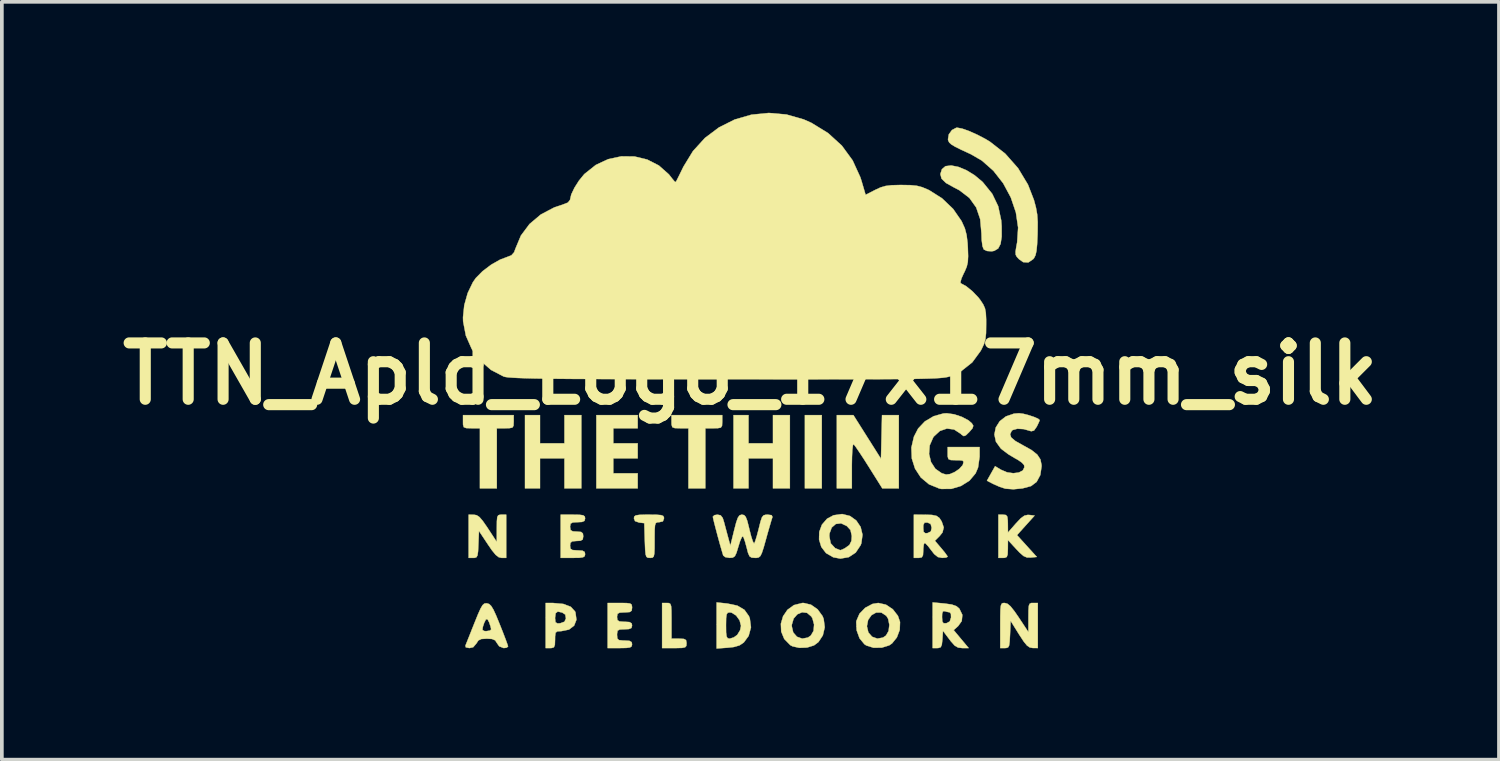
<source format=kicad_pcb>
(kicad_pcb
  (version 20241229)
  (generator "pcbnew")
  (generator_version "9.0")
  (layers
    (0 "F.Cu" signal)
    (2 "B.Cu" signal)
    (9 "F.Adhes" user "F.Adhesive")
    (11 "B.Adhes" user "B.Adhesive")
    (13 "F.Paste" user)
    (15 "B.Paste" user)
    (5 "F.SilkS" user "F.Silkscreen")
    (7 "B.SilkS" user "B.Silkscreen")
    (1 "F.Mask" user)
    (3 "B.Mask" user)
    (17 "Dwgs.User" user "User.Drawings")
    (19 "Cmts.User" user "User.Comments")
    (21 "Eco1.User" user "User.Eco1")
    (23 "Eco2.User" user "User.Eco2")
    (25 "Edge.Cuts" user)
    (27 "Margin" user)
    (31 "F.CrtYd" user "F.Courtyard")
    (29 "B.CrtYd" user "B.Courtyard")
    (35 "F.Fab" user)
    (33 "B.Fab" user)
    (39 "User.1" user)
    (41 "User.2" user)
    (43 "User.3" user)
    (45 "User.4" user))
  (footprint "TTN_Apld_Logo_17x17mm_silk"
    (layer "F.Cu")
    (at 17.243 7.058)
    (property "Reference" "TTN_Apld_Logo_17x17mm_silk" (at 0 0 0) (layer "F.SilkS") (effects (font (size 1.524 1.524) (thickness 0.3))))
    (attr through_hole)
    (fp_poly (pts (xy 1.93 3.099) (xy 1.473 3.099) (xy 1.473 1.118) (xy 1.93 1.118) (xy 1.93 3.099)) (stroke (width 0.01) (type solid)) (fill yes) (layer "F.SilkS"))
    (fp_poly (pts (xy -5.69 1.88) (xy -5.029 1.88) (xy -5.029 1.118) (xy -4.572 1.118) (xy -4.572 3.099) (xy -5.029 3.099) (xy -5.029 2.286) (xy -5.69 2.286) (xy -5.69 3.099) (xy -6.096 3.099) (xy -6.096 1.118) (xy -5.69 1.118) (xy -5.69 1.88)) (stroke (width 0.01) (type solid)) (fill yes) (layer "F.SilkS"))
    (fp_poly (pts (xy -3.048 1.473) (xy -3.708 1.473) (xy -3.708 1.88) (xy -3.048 1.88) (xy -3.048 2.286) (xy -3.708 2.286) (xy -3.708 2.692) (xy -3.048 2.692) (xy -3.048 3.099) (xy -4.166 3.099) (xy -4.166 1.118) (xy -3.048 1.118) (xy -3.048 1.473)) (stroke (width 0.01) (type solid)) (fill yes) (layer "F.SilkS"))
    (fp_poly (pts (xy -0.051 1.88) (xy 0.61 1.88) (xy 0.61 1.118) (xy 1.067 1.118) (xy 1.067 3.099) (xy 0.61 3.099) (xy 0.61 2.286) (xy -0.051 2.286) (xy -0.051 3.099) (xy -0.457 3.099) (xy -0.457 1.118) (xy -0.051 1.118) (xy -0.051 1.88)) (stroke (width 0.01) (type solid)) (fill yes) (layer "F.SilkS"))
    (fp_poly (pts (xy -6.401 1.295) (xy -6.406 1.405) (xy -6.439 1.456) (xy -6.528 1.472) (xy -6.629 1.473) (xy -6.858 1.473) (xy -6.858 3.099) (xy -7.315 3.099) (xy -7.315 1.473) (xy -7.544 1.473) (xy -7.684 1.469) (xy -7.751 1.444) (xy -7.771 1.375) (xy -7.772 1.295) (xy -7.772 1.118) (xy -6.401 1.118) (xy -6.401 1.295)) (stroke (width 0.01) (type solid)) (fill yes) (layer "F.SilkS"))
    (fp_poly (pts (xy -0.762 1.295) (xy -0.767 1.405) (xy -0.8 1.456) (xy -0.889 1.472) (xy -0.991 1.473) (xy -1.219 1.473) (xy -1.219 3.099) (xy -1.676 3.099) (xy -1.676 1.473) (xy -1.905 1.473) (xy -2.045 1.469) (xy -2.112 1.444) (xy -2.132 1.375) (xy -2.134 1.295) (xy -2.134 1.118) (xy -0.762 1.118) (xy -0.762 1.295)) (stroke (width 0.01) (type solid)) (fill yes) (layer "F.SilkS"))
    (fp_poly (pts (xy -2.202 6.201) (xy -2.165 6.224) (xy -2.144 6.285) (xy -2.136 6.403) (xy -2.134 6.599) (xy -2.134 6.68) (xy -2.134 7.163) (xy -1.93 7.163) (xy -1.799 7.17) (xy -1.741 7.202) (xy -1.727 7.279) (xy -1.727 7.29) (xy -1.733 7.358) (xy -1.766 7.396) (xy -1.848 7.413) (xy -2.003 7.417) (xy -2.057 7.417) (xy -2.388 7.417) (xy -2.388 6.198) (xy -2.261 6.198) (xy -2.202 6.201)) (stroke (width 0.01) (type solid)) (fill yes) (layer "F.SilkS"))
    (fp_poly (pts (xy 3.158 1.708) (xy 3.531 2.299) (xy 3.559 1.118) (xy 4.013 1.118) (xy 4.013 3.099) (xy 3.567 3.099) (xy 3.2 2.514) (xy 3.062 2.297) (xy 2.941 2.113) (xy 2.848 1.977) (xy 2.794 1.907) (xy 2.788 1.901) (xy 2.771 1.938) (xy 2.756 2.058) (xy 2.747 2.243) (xy 2.743 2.476) (xy 2.743 2.486) (xy 2.743 3.099) (xy 2.337 3.099) (xy 2.337 1.118) (xy 2.785 1.118) (xy 3.158 1.708)) (stroke (width 0.01) (type solid)) (fill yes) (layer "F.SilkS"))
    (fp_poly (pts (xy -6.604 4.978) (xy -6.731 4.978) (xy -6.807 4.96) (xy -6.889 4.896) (xy -6.992 4.77) (xy -7.099 4.614) (xy -7.341 4.25) (xy -7.356 4.614) (xy -7.365 4.803) (xy -7.381 4.912) (xy -7.411 4.963) (xy -7.463 4.978) (xy -7.495 4.978) (xy -7.62 4.978) (xy -7.62 3.81) (xy -7.48 3.811) (xy -7.402 3.825) (xy -7.326 3.876) (xy -7.236 3.982) (xy -7.114 4.157) (xy -7.1 4.179) (xy -6.859 4.547) (xy -6.858 4.178) (xy -6.856 3.988) (xy -6.846 3.878) (xy -6.82 3.827) (xy -6.77 3.811) (xy -6.731 3.81) (xy -6.604 3.81) (xy -6.604 4.978)) (stroke (width 0.01) (type solid)) (fill yes) (layer "F.SilkS"))
    (fp_poly (pts (xy 6.91 3.819) (xy 6.947 3.864) (xy 6.96 3.97) (xy 6.962 4.051) (xy 6.964 4.293) (xy 7.18 4.047) (xy 7.311 3.908) (xy 7.409 3.837) (xy 7.499 3.816) (xy 7.541 3.818) (xy 7.685 3.835) (xy 7.447 4.099) (xy 7.209 4.363) (xy 7.477 4.658) (xy 7.745 4.953) (xy 7.579 4.969) (xy 7.477 4.967) (xy 7.386 4.928) (xy 7.279 4.835) (xy 7.189 4.74) (xy 6.964 4.496) (xy 6.962 4.737) (xy 6.956 4.883) (xy 6.932 4.954) (xy 6.875 4.977) (xy 6.833 4.978) (xy 6.706 4.978) (xy 6.706 3.81) (xy 6.833 3.81) (xy 6.91 3.819)) (stroke (width 0.01) (type solid)) (fill yes) (layer "F.SilkS"))
    (fp_poly (pts (xy 5.623 -5.595) (xy 5.839 -5.506) (xy 6.06 -5.371) (xy 6.269 -5.197) (xy 6.289 -5.176) (xy 6.539 -4.867) (xy 6.7 -4.532) (xy 6.782 -4.15) (xy 6.794 -3.993) (xy 6.795 -3.71) (xy 6.765 -3.512) (xy 6.7 -3.388) (xy 6.594 -3.325) (xy 6.526 -3.312) (xy 6.397 -3.321) (xy 6.312 -3.361) (xy 6.276 -3.45) (xy 6.254 -3.622) (xy 6.248 -3.796) (xy 6.214 -4.181) (xy 6.106 -4.498) (xy 5.921 -4.756) (xy 5.653 -4.962) (xy 5.504 -5.04) (xy 5.29 -5.159) (xy 5.169 -5.276) (xy 5.137 -5.401) (xy 5.179 -5.532) (xy 5.275 -5.614) (xy 5.429 -5.633) (xy 5.623 -5.595)) (stroke (width 0.01) (type solid)) (fill yes) (layer "F.SilkS"))
    (fp_poly (pts (xy -5.347 6.198) (xy -5.06 6.224) (xy -4.858 6.301) (xy -4.742 6.427) (xy -4.731 6.455) (xy -4.705 6.651) (xy -4.767 6.81) (xy -4.906 6.917) (xy -5.112 6.959) (xy -5.127 6.96) (xy -5.223 6.966) (xy -5.269 7.003) (xy -5.282 7.1) (xy -5.283 7.188) (xy -5.288 7.329) (xy -5.314 7.396) (xy -5.376 7.416) (xy -5.41 7.417) (xy -5.537 7.417) (xy -5.537 6.61) (xy -5.283 6.61) (xy -5.272 6.717) (xy -5.22 6.751) (xy -5.144 6.747) (xy -5.029 6.705) (xy -4.988 6.616) (xy -5.007 6.511) (xy -5.089 6.457) (xy -5.208 6.43) (xy -5.267 6.474) (xy -5.283 6.601) (xy -5.283 6.61) (xy -5.537 6.61) (xy -5.537 6.198) (xy -5.347 6.198)) (stroke (width 0.01) (type solid)) (fill yes) (layer "F.SilkS"))
    (fp_poly (pts (xy -2.541 3.812) (xy -2.419 3.822) (xy -2.359 3.844) (xy -2.338 3.885) (xy -2.337 3.912) (xy -2.367 3.991) (xy -2.464 4.013) (xy -2.523 4.017) (xy -2.56 4.039) (xy -2.58 4.1) (xy -2.589 4.219) (xy -2.591 4.414) (xy -2.591 4.496) (xy -2.592 4.719) (xy -2.598 4.86) (xy -2.614 4.938) (xy -2.645 4.971) (xy -2.696 4.978) (xy -2.716 4.978) (xy -2.775 4.974) (xy -2.812 4.949) (xy -2.834 4.883) (xy -2.846 4.758) (xy -2.854 4.553) (xy -2.856 4.508) (xy -2.87 4.039) (xy -3.01 4.023) (xy -3.12 3.984) (xy -3.15 3.908) (xy -3.14 3.859) (xy -3.099 3.83) (xy -3.005 3.815) (xy -2.838 3.81) (xy -2.743 3.81) (xy -2.541 3.812)) (stroke (width 0.01) (type solid)) (fill yes) (layer "F.SilkS"))
    (fp_poly (pts (xy -0.625 6.213) (xy -0.354 6.27) (xy -0.163 6.382) (xy -0.04 6.554) (xy -0.016 6.617) (xy 0.015 6.857) (xy -0.048 7.088) (xy -0.178 7.265) (xy -0.294 7.344) (xy -0.45 7.389) (xy -0.61 7.407) (xy -0.914 7.429) (xy -0.914 6.807) (xy -0.66 6.807) (xy -0.658 6.994) (xy -0.645 7.101) (xy -0.617 7.15) (xy -0.567 7.163) (xy -0.559 7.163) (xy -0.448 7.128) (xy -0.356 7.061) (xy -0.278 6.933) (xy -0.254 6.817) (xy -0.292 6.668) (xy -0.386 6.537) (xy -0.508 6.46) (xy -0.561 6.452) (xy -0.613 6.462) (xy -0.643 6.506) (xy -0.657 6.607) (xy -0.66 6.786) (xy -0.66 6.807) (xy -0.914 6.807) (xy -0.914 6.183) (xy -0.625 6.213)) (stroke (width 0.01) (type solid)) (fill yes) (layer "F.SilkS"))
    (fp_poly (pts (xy 7.772 7.417) (xy 7.633 7.415) (xy 7.554 7.4) (xy 7.48 7.349) (xy 7.393 7.243) (xy 7.277 7.066) (xy 7.264 7.046) (xy 7.036 6.68) (xy 7.021 7.048) (xy 7.011 7.238) (xy 6.996 7.349) (xy 6.967 7.4) (xy 6.915 7.416) (xy 6.881 7.417) (xy 6.756 7.417) (xy 6.756 6.807) (xy 6.757 6.55) (xy 6.761 6.378) (xy 6.772 6.274) (xy 6.793 6.22) (xy 6.827 6.2) (xy 6.876 6.198) (xy 6.95 6.218) (xy 7.033 6.287) (xy 7.14 6.421) (xy 7.257 6.591) (xy 7.518 6.985) (xy 7.518 6.591) (xy 7.52 6.394) (xy 7.529 6.276) (xy 7.552 6.219) (xy 7.596 6.199) (xy 7.645 6.198) (xy 7.772 6.198) (xy 7.772 7.417)) (stroke (width 0.01) (type solid)) (fill yes) (layer "F.SilkS"))
    (fp_poly (pts (xy 2.691 3.845) (xy 2.862 3.967) (xy 2.98 4.141) (xy 3.031 4.352) (xy 3 4.583) (xy 2.98 4.636) (xy 2.847 4.836) (xy 2.658 4.959) (xy 2.433 4.998) (xy 2.24 4.962) (xy 2.045 4.849) (xy 1.917 4.682) (xy 1.857 4.483) (xy 1.859 4.394) (xy 2.134 4.394) (xy 2.172 4.586) (xy 2.291 4.715) (xy 2.429 4.771) (xy 2.481 4.754) (xy 2.556 4.717) (xy 2.677 4.631) (xy 2.732 4.519) (xy 2.742 4.385) (xy 2.706 4.225) (xy 2.608 4.118) (xy 2.453 4.044) (xy 2.31 4.061) (xy 2.199 4.157) (xy 2.139 4.319) (xy 2.134 4.394) (xy 1.859 4.394) (xy 1.862 4.275) (xy 1.934 4.08) (xy 2.073 3.92) (xy 2.248 3.826) (xy 2.481 3.793) (xy 2.691 3.845)) (stroke (width 0.01) (type solid)) (fill yes) (layer "F.SilkS"))
    (fp_poly (pts (xy -4.622 3.813) (xy -4.522 3.827) (xy -4.479 3.859) (xy -4.47 3.912) (xy -4.487 3.978) (xy -4.556 4.007) (xy -4.674 4.013) (xy -4.805 4.02) (xy -4.863 4.053) (xy -4.877 4.129) (xy -4.877 4.14) (xy -4.864 4.226) (xy -4.804 4.261) (xy -4.699 4.267) (xy -4.579 4.277) (xy -4.53 4.319) (xy -4.521 4.394) (xy -4.534 4.48) (xy -4.594 4.515) (xy -4.699 4.521) (xy -4.819 4.531) (xy -4.868 4.573) (xy -4.877 4.648) (xy -4.866 4.73) (xy -4.813 4.766) (xy -4.691 4.775) (xy -4.674 4.775) (xy -4.541 4.784) (xy -4.482 4.818) (xy -4.47 4.877) (xy -4.481 4.932) (xy -4.527 4.962) (xy -4.63 4.976) (xy -4.801 4.978) (xy -5.131 4.978) (xy -5.131 3.81) (xy -4.801 3.81) (xy -4.622 3.813)) (stroke (width 0.01) (type solid)) (fill yes) (layer "F.SilkS"))
    (fp_poly (pts (xy 3.665 6.244) (xy 3.851 6.368) (xy 3.989 6.546) (xy 4.046 6.712) (xy 4.038 6.925) (xy 3.96 7.131) (xy 3.829 7.292) (xy 3.755 7.343) (xy 3.549 7.407) (xy 3.328 7.408) (xy 3.136 7.348) (xy 3.084 7.314) (xy 2.951 7.153) (xy 2.873 6.938) (xy 2.867 6.827) (xy 3.15 6.827) (xy 3.19 6.996) (xy 3.292 7.112) (xy 3.433 7.162) (xy 3.585 7.134) (xy 3.666 7.079) (xy 3.737 6.955) (xy 3.757 6.789) (xy 3.725 6.627) (xy 3.675 6.545) (xy 3.543 6.458) (xy 3.402 6.456) (xy 3.274 6.527) (xy 3.183 6.657) (xy 3.15 6.827) (xy 2.867 6.827) (xy 2.862 6.712) (xy 2.867 6.681) (xy 2.95 6.488) (xy 3.105 6.328) (xy 3.301 6.224) (xy 3.457 6.198) (xy 3.665 6.244)) (stroke (width 0.01) (type solid)) (fill yes) (layer "F.SilkS"))
    (fp_poly (pts (xy 1.638 6.245) (xy 1.818 6.371) (xy 1.951 6.554) (xy 1.981 6.63) (xy 2.01 6.854) (xy 1.959 7.073) (xy 1.84 7.254) (xy 1.719 7.345) (xy 1.532 7.403) (xy 1.323 7.411) (xy 1.139 7.37) (xy 1.078 7.338) (xy 0.915 7.171) (xy 0.833 6.972) (xy 0.827 6.827) (xy 1.118 6.827) (xy 1.158 6.996) (xy 1.26 7.112) (xy 1.401 7.162) (xy 1.553 7.134) (xy 1.634 7.079) (xy 1.708 6.951) (xy 1.722 6.782) (xy 1.677 6.613) (xy 1.648 6.565) (xy 1.531 6.465) (xy 1.398 6.449) (xy 1.269 6.504) (xy 1.169 6.619) (xy 1.12 6.784) (xy 1.118 6.827) (xy 0.827 6.827) (xy 0.824 6.76) (xy 0.883 6.557) (xy 1.002 6.382) (xy 1.176 6.256) (xy 1.398 6.199) (xy 1.439 6.198) (xy 1.638 6.245)) (stroke (width 0.01) (type solid)) (fill yes) (layer "F.SilkS"))
    (fp_poly (pts (xy 5.244 6.212) (xy 5.445 6.24) (xy 5.572 6.285) (xy 5.651 6.352) (xy 5.731 6.519) (xy 5.715 6.686) (xy 5.618 6.822) (xy 5.496 6.931) (xy 5.699 7.174) (xy 5.902 7.417) (xy 5.729 7.417) (xy 5.617 7.404) (xy 5.525 7.351) (xy 5.423 7.237) (xy 5.382 7.183) (xy 5.207 6.95) (xy 5.192 7.183) (xy 5.176 7.327) (xy 5.145 7.395) (xy 5.081 7.416) (xy 5.052 7.417) (xy 4.928 7.417) (xy 4.928 6.577) (xy 5.182 6.577) (xy 5.189 6.699) (xy 5.224 6.747) (xy 5.296 6.747) (xy 5.391 6.698) (xy 5.426 6.591) (xy 5.422 6.491) (xy 5.392 6.452) (xy 5.304 6.435) (xy 5.262 6.421) (xy 5.208 6.42) (xy 5.185 6.487) (xy 5.182 6.577) (xy 4.928 6.577) (xy 4.928 6.183) (xy 5.244 6.212)) (stroke (width 0.01) (type solid)) (fill yes) (layer "F.SilkS"))
    (fp_poly (pts (xy -3.353 6.2) (xy -3.254 6.212) (xy -3.211 6.244) (xy -3.201 6.304) (xy -3.2 6.325) (xy -3.211 6.406) (xy -3.264 6.443) (xy -3.386 6.452) (xy -3.404 6.452) (xy -3.535 6.459) (xy -3.593 6.491) (xy -3.607 6.568) (xy -3.607 6.579) (xy -3.596 6.66) (xy -3.543 6.697) (xy -3.421 6.706) (xy -3.404 6.706) (xy -3.271 6.714) (xy -3.212 6.749) (xy -3.2 6.807) (xy -3.217 6.874) (xy -3.286 6.903) (xy -3.404 6.909) (xy -3.534 6.915) (xy -3.592 6.947) (xy -3.606 7.028) (xy -3.607 7.061) (xy -3.599 7.159) (xy -3.555 7.202) (xy -3.447 7.213) (xy -3.404 7.214) (xy -3.271 7.222) (xy -3.212 7.257) (xy -3.2 7.315) (xy -3.211 7.37) (xy -3.257 7.401) (xy -3.36 7.414) (xy -3.531 7.417) (xy -3.861 7.417) (xy -3.861 6.198) (xy -3.531 6.198) (xy -3.353 6.2)) (stroke (width 0.01) (type solid)) (fill yes) (layer "F.SilkS"))
    (fp_poly (pts (xy 4.712 3.811) (xy 4.908 3.817) (xy 5.032 3.843) (xy 5.112 3.9) (xy 5.174 3.997) (xy 5.228 4.156) (xy 5.194 4.292) (xy 5.111 4.394) (xy 4.989 4.515) (xy 5.161 4.717) (xy 5.259 4.836) (xy 5.321 4.923) (xy 5.334 4.948) (xy 5.29 4.97) (xy 5.185 4.978) (xy 5.071 4.956) (xy 4.97 4.875) (xy 4.893 4.776) (xy 4.802 4.658) (xy 4.733 4.585) (xy 4.712 4.573) (xy 4.688 4.617) (xy 4.675 4.73) (xy 4.674 4.775) (xy 4.667 4.906) (xy 4.634 4.964) (xy 4.558 4.978) (xy 4.547 4.978) (xy 4.42 4.978) (xy 4.42 4.166) (xy 4.674 4.166) (xy 4.684 4.276) (xy 4.731 4.312) (xy 4.788 4.309) (xy 4.879 4.265) (xy 4.902 4.166) (xy 4.874 4.061) (xy 4.788 4.022) (xy 4.708 4.026) (xy 4.677 4.087) (xy 4.674 4.166) (xy 4.42 4.166) (xy 4.42 3.81) (xy 4.712 3.811)) (stroke (width 0.01) (type solid)) (fill yes) (layer "F.SilkS"))
    (fp_poly (pts (xy 5.729 -6.629) (xy 5.921 -6.561) (xy 6.143 -6.461) (xy 6.367 -6.343) (xy 6.479 -6.275) (xy 6.891 -5.953) (xy 7.237 -5.561) (xy 7.506 -5.115) (xy 7.667 -4.701) (xy 7.722 -4.494) (xy 7.755 -4.308) (xy 7.769 -4.106) (xy 7.767 -3.851) (xy 7.765 -3.759) (xy 7.753 -3.502) (xy 7.736 -3.325) (xy 7.71 -3.208) (xy 7.671 -3.13) (xy 7.65 -3.103) (xy 7.516 -3.011) (xy 7.377 -3.019) (xy 7.264 -3.099) (xy 7.204 -3.163) (xy 7.174 -3.22) (xy 7.17 -3.3) (xy 7.19 -3.433) (xy 7.213 -3.552) (xy 7.24 -3.952) (xy 7.179 -4.364) (xy 7.041 -4.77) (xy 6.836 -5.151) (xy 6.572 -5.489) (xy 6.26 -5.765) (xy 5.96 -5.939) (xy 5.712 -6.053) (xy 5.542 -6.137) (xy 5.435 -6.201) (xy 5.376 -6.255) (xy 5.349 -6.31) (xy 5.343 -6.341) (xy 5.366 -6.475) (xy 5.451 -6.592) (xy 5.568 -6.653) (xy 5.594 -6.655) (xy 5.729 -6.629)) (stroke (width 0.01) (type solid)) (fill yes) (layer "F.SilkS"))
    (fp_poly (pts (xy -7.123 6.208) (xy -7.064 6.227) (xy -7.01 6.279) (xy -6.949 6.379) (xy -6.873 6.545) (xy -6.777 6.78) (xy -6.689 7.001) (xy -6.618 7.187) (xy -6.57 7.32) (xy -6.553 7.376) (xy -6.596 7.408) (xy -6.672 7.417) (xy -6.793 7.37) (xy -6.849 7.29) (xy -6.903 7.208) (xy -6.989 7.171) (xy -7.128 7.163) (xy -7.276 7.172) (xy -7.358 7.212) (xy -7.408 7.29) (xy -7.496 7.394) (xy -7.599 7.417) (xy -7.696 7.398) (xy -7.707 7.353) (xy -7.679 7.283) (xy -7.622 7.14) (xy -7.544 6.945) (xy -7.538 6.929) (xy -7.247 6.929) (xy -7.191 6.958) (xy -7.141 6.96) (xy -7.044 6.944) (xy -7.01 6.912) (xy -7.027 6.834) (xy -7.065 6.722) (xy -7.109 6.638) (xy -7.152 6.641) (xy -7.2 6.736) (xy -7.236 6.845) (xy -7.247 6.929) (xy -7.538 6.929) (xy -7.463 6.741) (xy -7.368 6.506) (xy -7.298 6.35) (xy -7.244 6.258) (xy -7.196 6.215) (xy -7.144 6.206) (xy -7.123 6.208)) (stroke (width 0.01) (type solid)) (fill yes) (layer "F.SilkS"))
    (fp_poly (pts (xy 5.51 1.096) (xy 5.72 1.166) (xy 5.9 1.262) (xy 5.989 1.34) (xy 6.027 1.405) (xy 6.007 1.472) (xy 5.921 1.572) (xy 5.829 1.662) (xy 5.771 1.686) (xy 5.714 1.65) (xy 5.686 1.622) (xy 5.508 1.506) (xy 5.314 1.481) (xy 5.124 1.546) (xy 4.961 1.696) (xy 4.942 1.723) (xy 4.848 1.938) (xy 4.831 2.169) (xy 4.884 2.388) (xy 5.003 2.571) (xy 5.173 2.689) (xy 5.291 2.725) (xy 5.397 2.712) (xy 5.518 2.66) (xy 5.649 2.572) (xy 5.737 2.474) (xy 5.747 2.451) (xy 5.764 2.381) (xy 5.735 2.347) (xy 5.636 2.337) (xy 5.561 2.337) (xy 5.421 2.333) (xy 5.355 2.307) (xy 5.335 2.237) (xy 5.334 2.159) (xy 5.334 1.981) (xy 6.198 1.981) (xy 6.198 2.241) (xy 6.156 2.535) (xy 6.09 2.692) (xy 5.925 2.889) (xy 5.696 3.033) (xy 5.433 3.112) (xy 5.164 3.114) (xy 5.105 3.102) (xy 4.828 2.988) (xy 4.608 2.804) (xy 4.452 2.565) (xy 4.365 2.291) (xy 4.353 1.997) (xy 4.422 1.701) (xy 4.536 1.48) (xy 4.718 1.288) (xy 4.958 1.146) (xy 5.221 1.073) (xy 5.312 1.068) (xy 5.51 1.096)) (stroke (width 0.01) (type solid)) (fill yes) (layer "F.SilkS"))
    (fp_poly (pts (xy 7.375 1.081) (xy 7.521 1.118) (xy 7.666 1.166) (xy 7.778 1.214) (xy 7.823 1.252) (xy 7.823 1.253) (xy 7.802 1.308) (xy 7.751 1.415) (xy 7.744 1.429) (xy 7.669 1.535) (xy 7.594 1.554) (xy 7.578 1.549) (xy 7.392 1.496) (xy 7.22 1.486) (xy 7.094 1.52) (xy 7.066 1.543) (xy 7.022 1.634) (xy 7.051 1.721) (xy 7.163 1.817) (xy 7.361 1.928) (xy 7.601 2.062) (xy 7.756 2.185) (xy 7.842 2.315) (xy 7.873 2.466) (xy 7.874 2.501) (xy 7.839 2.738) (xy 7.74 2.923) (xy 7.59 3.036) (xy 7.584 3.038) (xy 7.357 3.099) (xy 7.111 3.123) (xy 6.899 3.107) (xy 6.883 3.103) (xy 6.729 3.052) (xy 6.568 2.98) (xy 6.564 2.978) (xy 6.397 2.891) (xy 6.507 2.695) (xy 6.617 2.499) (xy 6.776 2.595) (xy 6.94 2.665) (xy 7.109 2.689) (xy 7.258 2.67) (xy 7.366 2.615) (xy 7.41 2.526) (xy 7.4 2.467) (xy 7.34 2.401) (xy 7.221 2.32) (xy 7.153 2.283) (xy 6.976 2.177) (xy 6.807 2.05) (xy 6.769 2.017) (xy 6.64 1.837) (xy 6.598 1.643) (xy 6.635 1.453) (xy 6.742 1.283) (xy 6.909 1.153) (xy 7.128 1.078) (xy 7.262 1.067) (xy 7.375 1.081)) (stroke (width 0.01) (type solid)) (fill yes) (layer "F.SilkS"))
    (fp_poly (pts (xy 0.575 3.824) (xy 0.596 3.871) (xy 0.593 3.882) (xy 0.568 3.96) (xy 0.524 4.111) (xy 0.466 4.311) (xy 0.423 4.467) (xy 0.359 4.695) (xy 0.311 4.842) (xy 0.27 4.927) (xy 0.225 4.966) (xy 0.166 4.978) (xy 0.123 4.978) (xy 0.032 4.971) (xy -0.024 4.935) (xy -0.064 4.844) (xy -0.102 4.697) (xy -0.145 4.54) (xy -0.184 4.428) (xy -0.205 4.393) (xy -0.236 4.426) (xy -0.282 4.533) (xy -0.326 4.675) (xy -0.377 4.842) (xy -0.421 4.933) (xy -0.477 4.971) (xy -0.562 4.978) (xy -0.563 4.978) (xy -0.677 4.959) (xy -0.735 4.915) (xy -0.775 4.781) (xy -0.827 4.6) (xy -0.883 4.395) (xy -0.936 4.194) (xy -0.981 4.021) (xy -1.009 3.902) (xy -1.016 3.864) (xy -0.973 3.823) (xy -0.891 3.81) (xy -0.804 3.828) (xy -0.749 3.899) (xy -0.713 4.013) (xy -0.663 4.202) (xy -0.609 4.403) (xy -0.601 4.432) (xy -0.542 4.648) (xy -0.439 4.229) (xy -0.385 4.022) (xy -0.341 3.896) (xy -0.298 3.832) (xy -0.246 3.811) (xy -0.227 3.81) (xy -0.17 3.822) (xy -0.126 3.871) (xy -0.085 3.977) (xy -0.039 4.159) (xy -0.025 4.218) (xy 0.021 4.399) (xy 0.064 4.529) (xy 0.096 4.587) (xy 0.104 4.586) (xy 0.132 4.52) (xy 0.174 4.383) (xy 0.222 4.203) (xy 0.228 4.178) (xy 0.275 3.99) (xy 0.313 3.88) (xy 0.357 3.828) (xy 0.42 3.811) (xy 0.468 3.81) (xy 0.575 3.824)) (stroke (width 0.01) (type solid)) (fill yes) (layer "F.SilkS"))
    (fp_poly (pts (xy 0.972 -7.012) (xy 1.44 -6.879) (xy 1.647 -6.787) (xy 2.099 -6.51) (xy 2.472 -6.17) (xy 2.764 -5.771) (xy 2.973 -5.314) (xy 3.009 -5.201) (xy 3.115 -4.839) (xy 3.374 -4.972) (xy 3.518 -5.039) (xy 3.655 -5.079) (xy 3.818 -5.099) (xy 4.042 -5.105) (xy 4.089 -5.105) (xy 4.327 -5.101) (xy 4.5 -5.084) (xy 4.645 -5.046) (xy 4.797 -4.982) (xy 4.837 -4.963) (xy 5.183 -4.744) (xy 5.482 -4.458) (xy 5.709 -4.13) (xy 5.72 -4.107) (xy 5.799 -3.932) (xy 5.846 -3.753) (xy 5.873 -3.533) (xy 5.88 -3.404) (xy 5.887 -3.18) (xy 5.879 -3.023) (xy 5.85 -2.896) (xy 5.795 -2.766) (xy 5.77 -2.718) (xy 5.707 -2.578) (xy 5.68 -2.479) (xy 5.688 -2.448) (xy 5.836 -2.367) (xy 6.006 -2.229) (xy 6.164 -2.064) (xy 6.221 -1.989) (xy 6.297 -1.873) (xy 6.343 -1.769) (xy 6.366 -1.647) (xy 6.375 -1.473) (xy 6.375 -1.329) (xy 6.372 -1.101) (xy 6.355 -0.939) (xy 6.318 -0.807) (xy 6.253 -0.669) (xy 6.226 -0.619) (xy 5.999 -0.309) (xy 5.702 -0.073) (xy 5.434 0.056) (xy 5.392 0.071) (xy 5.344 0.084) (xy 5.285 0.096) (xy 5.209 0.106) (xy 5.111 0.115) (xy 4.984 0.123) (xy 4.822 0.129) (xy 4.621 0.134) (xy 4.374 0.139) (xy 4.076 0.142) (xy 3.721 0.145) (xy 3.303 0.147) (xy 2.816 0.148) (xy 2.255 0.149) (xy 1.615 0.15) (xy 0.889 0.15) (xy 0.071 0.149) (xy -0.648 0.149) (xy -1.563 0.148) (xy -2.382 0.147) (xy -3.109 0.146) (xy -3.751 0.144) (xy -4.313 0.141) (xy -4.799 0.139) (xy -5.215 0.135) (xy -5.567 0.131) (xy -5.86 0.126) (xy -6.098 0.12) (xy -6.288 0.113) (xy -6.434 0.105) (xy -6.543 0.097) (xy -6.618 0.087) (xy -6.666 0.076) (xy -6.672 0.074) (xy -7.014 -0.104) (xy -7.306 -0.358) (xy -7.537 -0.673) (xy -7.695 -1.032) (xy -7.769 -1.417) (xy -7.772 -1.527) (xy -7.738 -1.855) (xy -7.645 -2.184) (xy -7.505 -2.475) (xy -7.426 -2.589) (xy -7.242 -2.775) (xy -7.01 -2.95) (xy -6.767 -3.088) (xy -6.601 -3.15) (xy -6.464 -3.203) (xy -6.39 -3.286) (xy -6.355 -3.382) (xy -6.206 -3.738) (xy -5.973 -4.05) (xy -5.667 -4.308) (xy -5.303 -4.499) (xy -5.092 -4.569) (xy -4.935 -4.63) (xy -4.877 -4.704) (xy -4.877 -4.71) (xy -4.844 -4.85) (xy -4.758 -5.031) (xy -4.637 -5.222) (xy -4.498 -5.392) (xy -4.482 -5.408) (xy -4.181 -5.647) (xy -3.845 -5.804) (xy -3.49 -5.88) (xy -3.133 -5.876) (xy -2.79 -5.793) (xy -2.475 -5.632) (xy -2.205 -5.393) (xy -2.112 -5.274) (xy -2.05 -5.2) (xy -2.018 -5.185) (xy -1.99 -5.238) (xy -1.929 -5.359) (xy -1.846 -5.528) (xy -1.813 -5.597) (xy -1.554 -6.021) (xy -1.229 -6.378) (xy -0.848 -6.664) (xy -0.426 -6.875) (xy 0.027 -7.006) (xy 0.497 -7.053) (xy 0.972 -7.012)) (stroke (width 0.01) (type solid)) (fill yes) (layer "F.SilkS")))
  (gr_rect
    (start -3 -3)
    (end 37.486 17.492)
    (stroke (width 0.1) (type default))
    (fill no)
    (layer "Edge.Cuts")))
</source>
